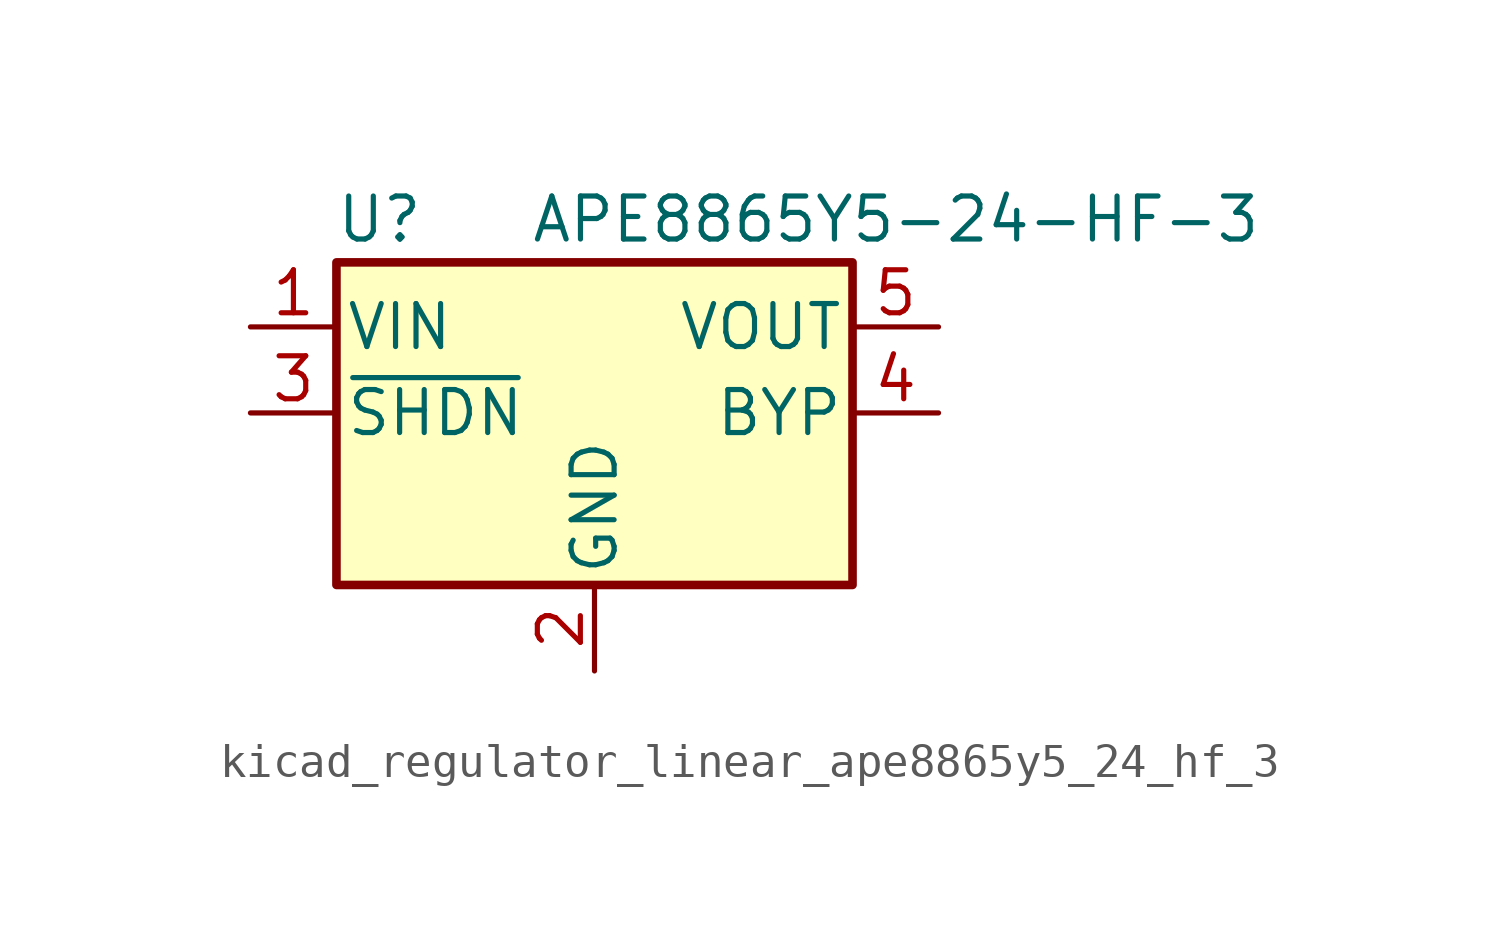
<source format=kicad_sym>
(kicad_symbol_lib
  (version 20220914)
  (generator kicad_symbol_editor)
  (symbol "kicad_regulator_linear_ape8865y5_24_hf_3"
    (pin_names
      (offset 0.254))
    (property "Reference" "U"
      (at -6.35 5.715 0)
      (effects (font (size 1.27 1.27))))
    (property "Value" "APE8865Y5-24-HF-3"
      (at -1.905 5.715 0)
      (effects (font (size 1.27 1.27)) (justify left)))
    (symbol "kicad_regulator_linear_ape8865y5_24_hf_3_0_1"
      (rectangle (start -7.62 4.445) (end 7.62 -5.08) (stroke (width 0.254) (type default)) (fill (type background))))
    (symbol "kicad_regulator_linear_ape8865y5_24_hf_3_1_1"
      (pin power_in line (at -10.16 2.54 0) (length 2.54) (name "VIN" (effects (font (size 1.27 1.27)))) (number "1" (effects (font (size 1.27 1.27)))))
      (pin power_in line (at 0 -7.62 90) (length 2.54) (name "GND" (effects (font (size 1.27 1.27)))) (number "2" (effects (font (size 1.27 1.27)))))
      (pin input line (at -10.16 0 0) (length 2.54) (name "~{SHDN}" (effects (font (size 1.27 1.27)))) (number "3" (effects (font (size 1.27 1.27)))))
      (pin input line (at 10.16 0 180) (length 2.54) (name "BYP" (effects (font (size 1.27 1.27)))) (number "4" (effects (font (size 1.27 1.27)))))
      (pin power_out line (at 10.16 2.54 180) (length 2.54) (name "VOUT" (effects (font (size 1.27 1.27)))) (number "5" (effects (font (size 1.27 1.27))))))))
</source>
